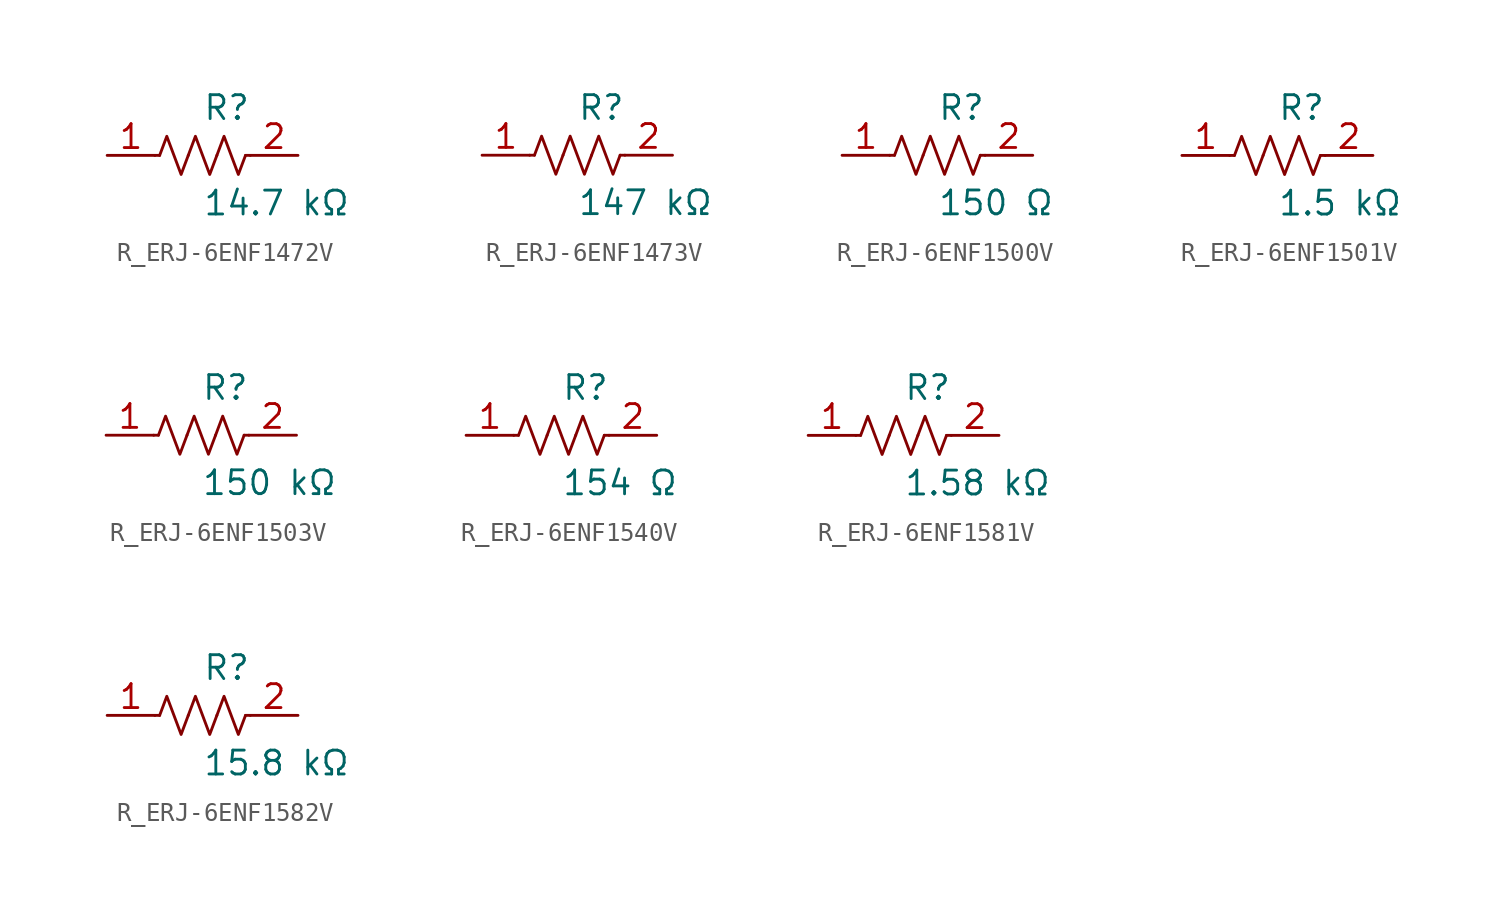
<source format=kicad_sym>
(kicad_symbol_lib
  (version 20231120)
  (generator kicad_symbol_editor)
  (generator_version 8.0)
  (symbol "R_ERJ-6ENF1472V"
    (pin_names
      (offset 0.254))
    (property "Reference" "R"
      (at 0.0 2.54 0)
      (effects (font (size 1.27 1.27)) (justify left)))
    (property "Value" "14.7 kΩ"
      (at 0.0 -2.54 0)
      (effects (font (size 1.27 1.27)) (justify left)))
    (symbol "R_ERJ-6ENF1472V_0_1"
      (polyline (pts (xy 2.286 0) (xy 2.54 0)) (stroke (width 0) (type default)) (fill (type none)))
      (polyline (pts (xy -2.286 0) (xy -2.54 0)) (stroke (width 0) (type default)) (fill (type none)))
      (polyline (pts (xy 0.762 0) (xy 1.143 1.016) (xy 1.524 0) (xy 1.905 -1.016) (xy 2.286 0)) (stroke (width 0) (type default)) (fill (type none)))
      (polyline (pts (xy -0.762 0) (xy -0.381 1.016) (xy 0 0) (xy 0.381 -1.016) (xy 0.762 0)) (stroke (width 0) (type default)) (fill (type none)))
      (polyline (pts (xy -2.286 0) (xy -1.905 1.016) (xy -1.524 0) (xy -1.143 -1.016) (xy -0.762 0)) (stroke (width 0) (type default)) (fill (type none))))
    (pin unspecified line
      (at -5.08 0 0)
      (length 2.54)
      (name "" (effects (font (size 1.27 1.27))))
      (number "1" (effects (font (size 1.27 1.27)))))
    (pin unspecified line
      (at 5.08 0 180)
      (length 2.54)
      (name "" (effects (font (size 1.27 1.27))))
      (number "2" (effects (font (size 1.27 1.27))))))
  (symbol "R_ERJ-6ENF1473V"
    (pin_names
      (offset 0.254))
    (property "Reference" "R"
      (at 0.0 2.54 0)
      (effects (font (size 1.27 1.27)) (justify left)))
    (property "Value" "147 kΩ"
      (at 0.0 -2.54 0)
      (effects (font (size 1.27 1.27)) (justify left)))
    (symbol "R_ERJ-6ENF1473V_0_1"
      (polyline (pts (xy 2.286 0) (xy 2.54 0)) (stroke (width 0) (type default)) (fill (type none)))
      (polyline (pts (xy -2.286 0) (xy -2.54 0)) (stroke (width 0) (type default)) (fill (type none)))
      (polyline (pts (xy 0.762 0) (xy 1.143 1.016) (xy 1.524 0) (xy 1.905 -1.016) (xy 2.286 0)) (stroke (width 0) (type default)) (fill (type none)))
      (polyline (pts (xy -0.762 0) (xy -0.381 1.016) (xy 0 0) (xy 0.381 -1.016) (xy 0.762 0)) (stroke (width 0) (type default)) (fill (type none)))
      (polyline (pts (xy -2.286 0) (xy -1.905 1.016) (xy -1.524 0) (xy -1.143 -1.016) (xy -0.762 0)) (stroke (width 0) (type default)) (fill (type none))))
    (pin unspecified line
      (at -5.08 0 0)
      (length 2.54)
      (name "" (effects (font (size 1.27 1.27))))
      (number "1" (effects (font (size 1.27 1.27)))))
    (pin unspecified line
      (at 5.08 0 180)
      (length 2.54)
      (name "" (effects (font (size 1.27 1.27))))
      (number "2" (effects (font (size 1.27 1.27))))))
  (symbol "R_ERJ-6ENF1500V"
    (pin_names
      (offset 0.254))
    (property "Reference" "R"
      (at 0.0 2.54 0)
      (effects (font (size 1.27 1.27)) (justify left)))
    (property "Value" "150 Ω"
      (at 0.0 -2.54 0)
      (effects (font (size 1.27 1.27)) (justify left)))
    (symbol "R_ERJ-6ENF1500V_0_1"
      (polyline (pts (xy 2.286 0) (xy 2.54 0)) (stroke (width 0) (type default)) (fill (type none)))
      (polyline (pts (xy -2.286 0) (xy -2.54 0)) (stroke (width 0) (type default)) (fill (type none)))
      (polyline (pts (xy 0.762 0) (xy 1.143 1.016) (xy 1.524 0) (xy 1.905 -1.016) (xy 2.286 0)) (stroke (width 0) (type default)) (fill (type none)))
      (polyline (pts (xy -0.762 0) (xy -0.381 1.016) (xy 0 0) (xy 0.381 -1.016) (xy 0.762 0)) (stroke (width 0) (type default)) (fill (type none)))
      (polyline (pts (xy -2.286 0) (xy -1.905 1.016) (xy -1.524 0) (xy -1.143 -1.016) (xy -0.762 0)) (stroke (width 0) (type default)) (fill (type none))))
    (pin unspecified line
      (at -5.08 0 0)
      (length 2.54)
      (name "" (effects (font (size 1.27 1.27))))
      (number "1" (effects (font (size 1.27 1.27)))))
    (pin unspecified line
      (at 5.08 0 180)
      (length 2.54)
      (name "" (effects (font (size 1.27 1.27))))
      (number "2" (effects (font (size 1.27 1.27))))))
  (symbol "R_ERJ-6ENF1501V"
    (pin_names
      (offset 0.254))
    (property "Reference" "R"
      (at 0.0 2.54 0)
      (effects (font (size 1.27 1.27)) (justify left)))
    (property "Value" "1.5 kΩ"
      (at 0.0 -2.54 0)
      (effects (font (size 1.27 1.27)) (justify left)))
    (symbol "R_ERJ-6ENF1501V_0_1"
      (polyline (pts (xy 2.286 0) (xy 2.54 0)) (stroke (width 0) (type default)) (fill (type none)))
      (polyline (pts (xy -2.286 0) (xy -2.54 0)) (stroke (width 0) (type default)) (fill (type none)))
      (polyline (pts (xy 0.762 0) (xy 1.143 1.016) (xy 1.524 0) (xy 1.905 -1.016) (xy 2.286 0)) (stroke (width 0) (type default)) (fill (type none)))
      (polyline (pts (xy -0.762 0) (xy -0.381 1.016) (xy 0 0) (xy 0.381 -1.016) (xy 0.762 0)) (stroke (width 0) (type default)) (fill (type none)))
      (polyline (pts (xy -2.286 0) (xy -1.905 1.016) (xy -1.524 0) (xy -1.143 -1.016) (xy -0.762 0)) (stroke (width 0) (type default)) (fill (type none))))
    (pin unspecified line
      (at -5.08 0 0)
      (length 2.54)
      (name "" (effects (font (size 1.27 1.27))))
      (number "1" (effects (font (size 1.27 1.27)))))
    (pin unspecified line
      (at 5.08 0 180)
      (length 2.54)
      (name "" (effects (font (size 1.27 1.27))))
      (number "2" (effects (font (size 1.27 1.27))))))
  (symbol "R_ERJ-6ENF1503V"
    (pin_names
      (offset 0.254))
    (property "Reference" "R"
      (at 0.0 2.54 0)
      (effects (font (size 1.27 1.27)) (justify left)))
    (property "Value" "150 kΩ"
      (at 0.0 -2.54 0)
      (effects (font (size 1.27 1.27)) (justify left)))
    (symbol "R_ERJ-6ENF1503V_0_1"
      (polyline (pts (xy 2.286 0) (xy 2.54 0)) (stroke (width 0) (type default)) (fill (type none)))
      (polyline (pts (xy -2.286 0) (xy -2.54 0)) (stroke (width 0) (type default)) (fill (type none)))
      (polyline (pts (xy 0.762 0) (xy 1.143 1.016) (xy 1.524 0) (xy 1.905 -1.016) (xy 2.286 0)) (stroke (width 0) (type default)) (fill (type none)))
      (polyline (pts (xy -0.762 0) (xy -0.381 1.016) (xy 0 0) (xy 0.381 -1.016) (xy 0.762 0)) (stroke (width 0) (type default)) (fill (type none)))
      (polyline (pts (xy -2.286 0) (xy -1.905 1.016) (xy -1.524 0) (xy -1.143 -1.016) (xy -0.762 0)) (stroke (width 0) (type default)) (fill (type none))))
    (pin unspecified line
      (at -5.08 0 0)
      (length 2.54)
      (name "" (effects (font (size 1.27 1.27))))
      (number "1" (effects (font (size 1.27 1.27)))))
    (pin unspecified line
      (at 5.08 0 180)
      (length 2.54)
      (name "" (effects (font (size 1.27 1.27))))
      (number "2" (effects (font (size 1.27 1.27))))))
  (symbol "R_ERJ-6ENF1540V"
    (pin_names
      (offset 0.254))
    (property "Reference" "R"
      (at 0.0 2.54 0)
      (effects (font (size 1.27 1.27)) (justify left)))
    (property "Value" "154 Ω"
      (at 0.0 -2.54 0)
      (effects (font (size 1.27 1.27)) (justify left)))
    (symbol "R_ERJ-6ENF1540V_0_1"
      (polyline (pts (xy 2.286 0) (xy 2.54 0)) (stroke (width 0) (type default)) (fill (type none)))
      (polyline (pts (xy -2.286 0) (xy -2.54 0)) (stroke (width 0) (type default)) (fill (type none)))
      (polyline (pts (xy 0.762 0) (xy 1.143 1.016) (xy 1.524 0) (xy 1.905 -1.016) (xy 2.286 0)) (stroke (width 0) (type default)) (fill (type none)))
      (polyline (pts (xy -0.762 0) (xy -0.381 1.016) (xy 0 0) (xy 0.381 -1.016) (xy 0.762 0)) (stroke (width 0) (type default)) (fill (type none)))
      (polyline (pts (xy -2.286 0) (xy -1.905 1.016) (xy -1.524 0) (xy -1.143 -1.016) (xy -0.762 0)) (stroke (width 0) (type default)) (fill (type none))))
    (pin unspecified line
      (at -5.08 0 0)
      (length 2.54)
      (name "" (effects (font (size 1.27 1.27))))
      (number "1" (effects (font (size 1.27 1.27)))))
    (pin unspecified line
      (at 5.08 0 180)
      (length 2.54)
      (name "" (effects (font (size 1.27 1.27))))
      (number "2" (effects (font (size 1.27 1.27))))))
  (symbol "R_ERJ-6ENF1581V"
    (pin_names
      (offset 0.254))
    (property "Reference" "R"
      (at 0.0 2.54 0)
      (effects (font (size 1.27 1.27)) (justify left)))
    (property "Value" "1.58 kΩ"
      (at 0.0 -2.54 0)
      (effects (font (size 1.27 1.27)) (justify left)))
    (symbol "R_ERJ-6ENF1581V_0_1"
      (polyline (pts (xy 2.286 0) (xy 2.54 0)) (stroke (width 0) (type default)) (fill (type none)))
      (polyline (pts (xy -2.286 0) (xy -2.54 0)) (stroke (width 0) (type default)) (fill (type none)))
      (polyline (pts (xy 0.762 0) (xy 1.143 1.016) (xy 1.524 0) (xy 1.905 -1.016) (xy 2.286 0)) (stroke (width 0) (type default)) (fill (type none)))
      (polyline (pts (xy -0.762 0) (xy -0.381 1.016) (xy 0 0) (xy 0.381 -1.016) (xy 0.762 0)) (stroke (width 0) (type default)) (fill (type none)))
      (polyline (pts (xy -2.286 0) (xy -1.905 1.016) (xy -1.524 0) (xy -1.143 -1.016) (xy -0.762 0)) (stroke (width 0) (type default)) (fill (type none))))
    (pin unspecified line
      (at -5.08 0 0)
      (length 2.54)
      (name "" (effects (font (size 1.27 1.27))))
      (number "1" (effects (font (size 1.27 1.27)))))
    (pin unspecified line
      (at 5.08 0 180)
      (length 2.54)
      (name "" (effects (font (size 1.27 1.27))))
      (number "2" (effects (font (size 1.27 1.27))))))
  (symbol "R_ERJ-6ENF1582V"
    (pin_names
      (offset 0.254))
    (property "Reference" "R"
      (at 0.0 2.54 0)
      (effects (font (size 1.27 1.27)) (justify left)))
    (property "Value" "15.8 kΩ"
      (at 0.0 -2.54 0)
      (effects (font (size 1.27 1.27)) (justify left)))
    (symbol "R_ERJ-6ENF1582V_0_1"
      (polyline (pts (xy 2.286 0) (xy 2.54 0)) (stroke (width 0) (type default)) (fill (type none)))
      (polyline (pts (xy -2.286 0) (xy -2.54 0)) (stroke (width 0) (type default)) (fill (type none)))
      (polyline (pts (xy 0.762 0) (xy 1.143 1.016) (xy 1.524 0) (xy 1.905 -1.016) (xy 2.286 0)) (stroke (width 0) (type default)) (fill (type none)))
      (polyline (pts (xy -0.762 0) (xy -0.381 1.016) (xy 0 0) (xy 0.381 -1.016) (xy 0.762 0)) (stroke (width 0) (type default)) (fill (type none)))
      (polyline (pts (xy -2.286 0) (xy -1.905 1.016) (xy -1.524 0) (xy -1.143 -1.016) (xy -0.762 0)) (stroke (width 0) (type default)) (fill (type none))))
    (pin unspecified line
      (at -5.08 0 0)
      (length 2.54)
      (name "" (effects (font (size 1.27 1.27))))
      (number "1" (effects (font (size 1.27 1.27)))))
    (pin unspecified line
      (at 5.08 0 180)
      (length 2.54)
      (name "" (effects (font (size 1.27 1.27))))
      (number "2" (effects (font (size 1.27 1.27)))))))
</source>
